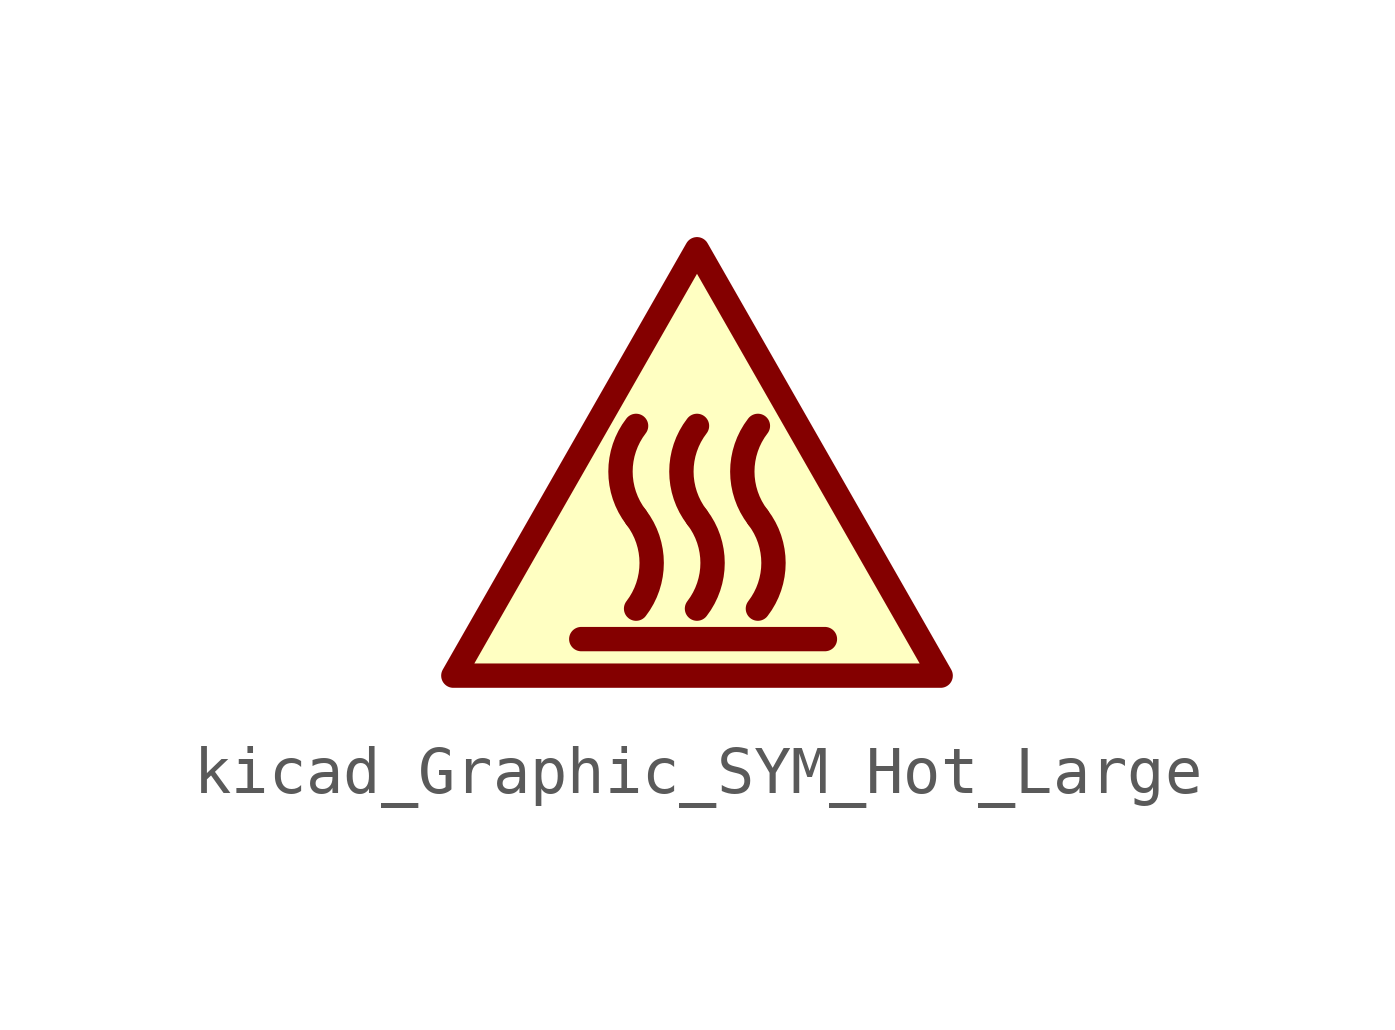
<source format=kicad_sym>
(kicad_symbol_lib
  (version 20220914)
  (generator kicad_symbol_editor)
  (symbol "kicad_Graphic_SYM_Hot_Large"
    (property "Reference" "#SYM"
      (at 0 5.08 0)
      (effects (font (size 1.27 1.27)) hide))
    (symbol "kicad_Graphic_SYM_Hot_Large_0_1"
      (arc (start -1.27 -3.683) (mid -0.9449 -2.728) (end -1.27 -1.778) (stroke (width 0.508) (type default)) (fill (type none)))
      (arc (start -1.27 0.127) (mid -1.5951 -0.828) (end -1.27 -1.778) (stroke (width 0.508) (type default)) (fill (type none)))
      (arc (start 0 -3.683) (mid 0.3251 -2.728) (end 0 -1.778) (stroke (width 0.508) (type default)) (fill (type none)))
      (polyline (pts (xy -2.413 -4.318) (xy 2.667 -4.318)) (stroke (width 0.508) (type default)) (fill (type none)))
      (polyline (pts (xy -5.08 -5.08) (xy 5.08 -5.08) (xy 0 3.81) (xy -5.08 -5.08)) (stroke (width 0.508) (type default)) (fill (type background)))
      (arc (start 0 0.127) (mid -0.3251 -0.828) (end 0 -1.778) (stroke (width 0.508) (type default)) (fill (type none)))
      (arc (start 1.27 -3.683) (mid 1.5951 -2.728) (end 1.27 -1.778) (stroke (width 0.508) (type default)) (fill (type none)))
      (arc (start 1.27 0.127) (mid 0.9449 -0.828) (end 1.27 -1.778) (stroke (width 0.508) (type default)) (fill (type none))))))
</source>
